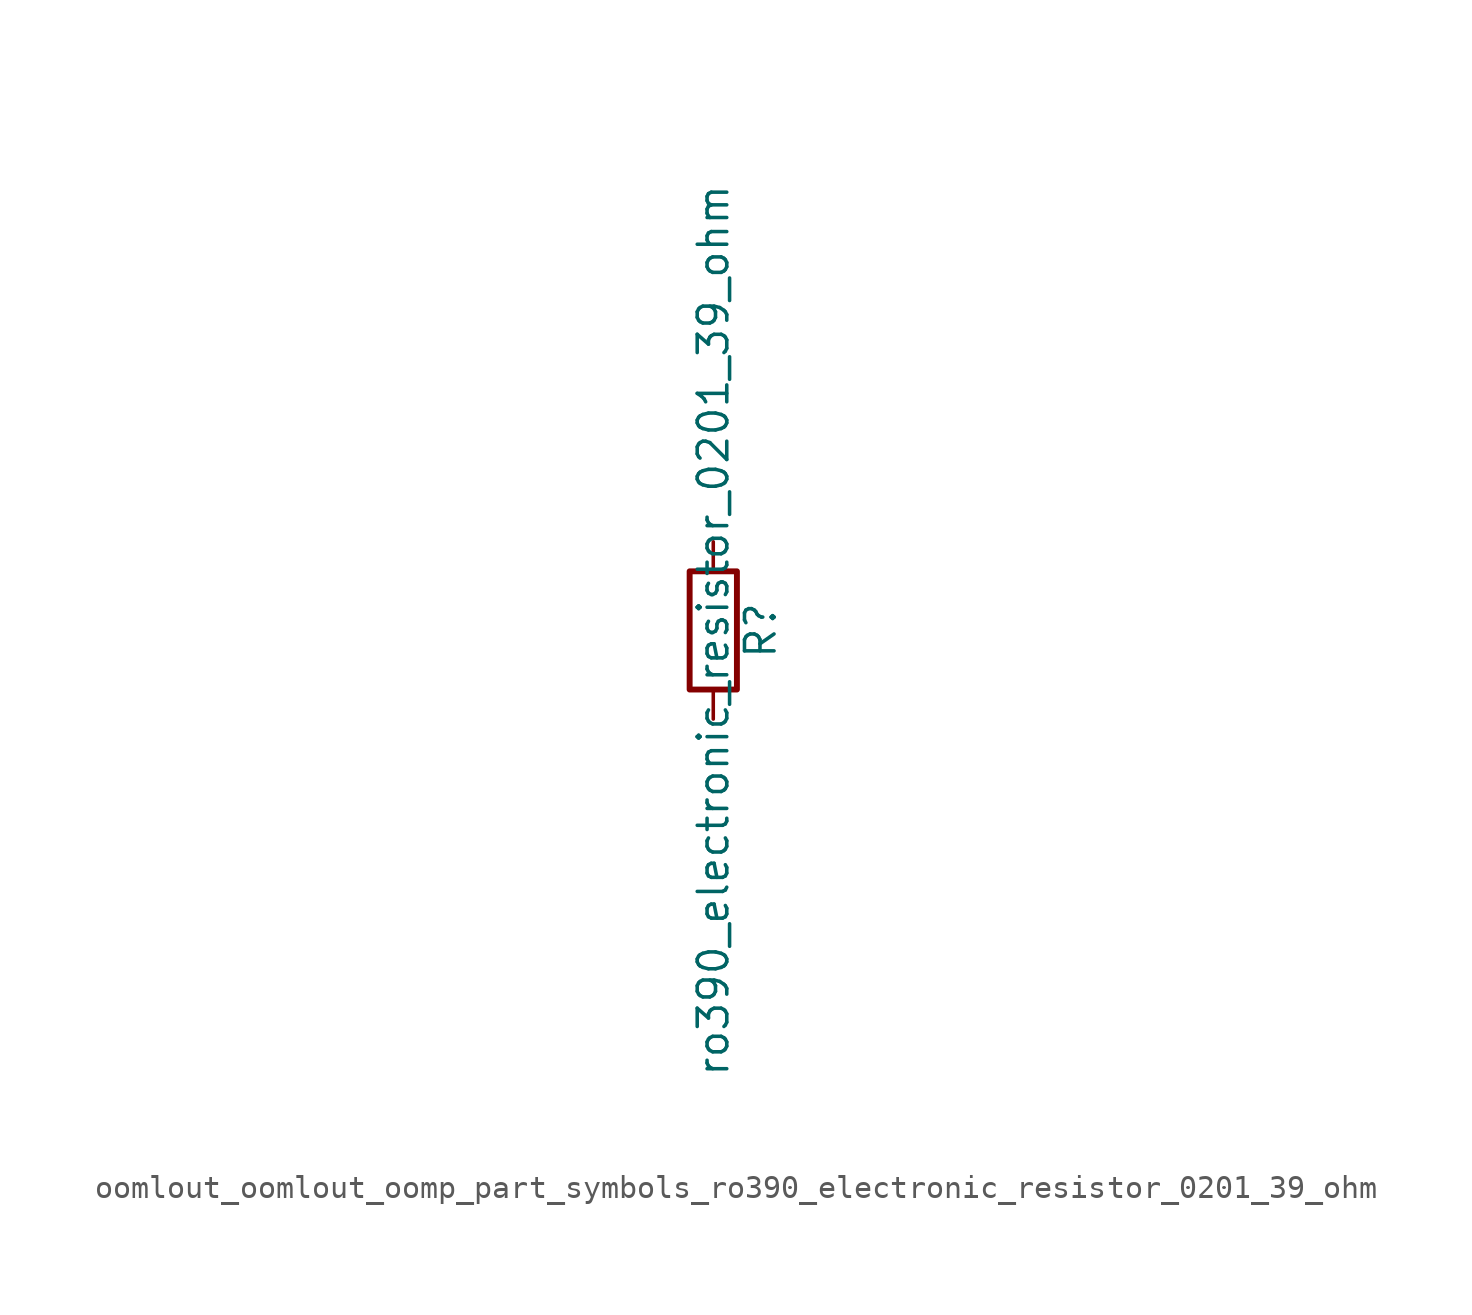
<source format=kicad_sym>
(kicad_symbol_lib
  (version 20220914)
  (generator kicad_symbol_editor)
  (symbol "oomlout_oomlout_oomp_part_symbols_ro390_electronic_resistor_0201_39_ohm"
    (pin_numbers hide)
    (pin_names
      (offset 0))
    (property "Reference" "R"
      (at 2.032 0 90)
      (effects (font (size 1.27 1.27))))
    (property "Value" "ro390_electronic_resistor_0201_39_ohm"
      (at 0 0 90)
      (effects (font (size 1.27 1.27))))
    (symbol "oomlout_oomlout_oomp_part_symbols_ro390_electronic_resistor_0201_39_ohm_0_1"
      (rectangle (start -1.016 -2.54) (end 1.016 2.54) (stroke (width 0.254) (type default)) (fill (type none))))
    (symbol "oomlout_oomlout_oomp_part_symbols_ro390_electronic_resistor_0201_39_ohm_1_1"
      (pin passive line (at 0 3.81 270) (length 1.27) (name "~" (effects (font (size 1.27 1.27)))) (number "1" (effects (font (size 1.27 1.27)))))
      (pin passive line (at 0 -3.81 90) (length 1.27) (name "~" (effects (font (size 1.27 1.27)))) (number "2" (effects (font (size 1.27 1.27))))))))
</source>
